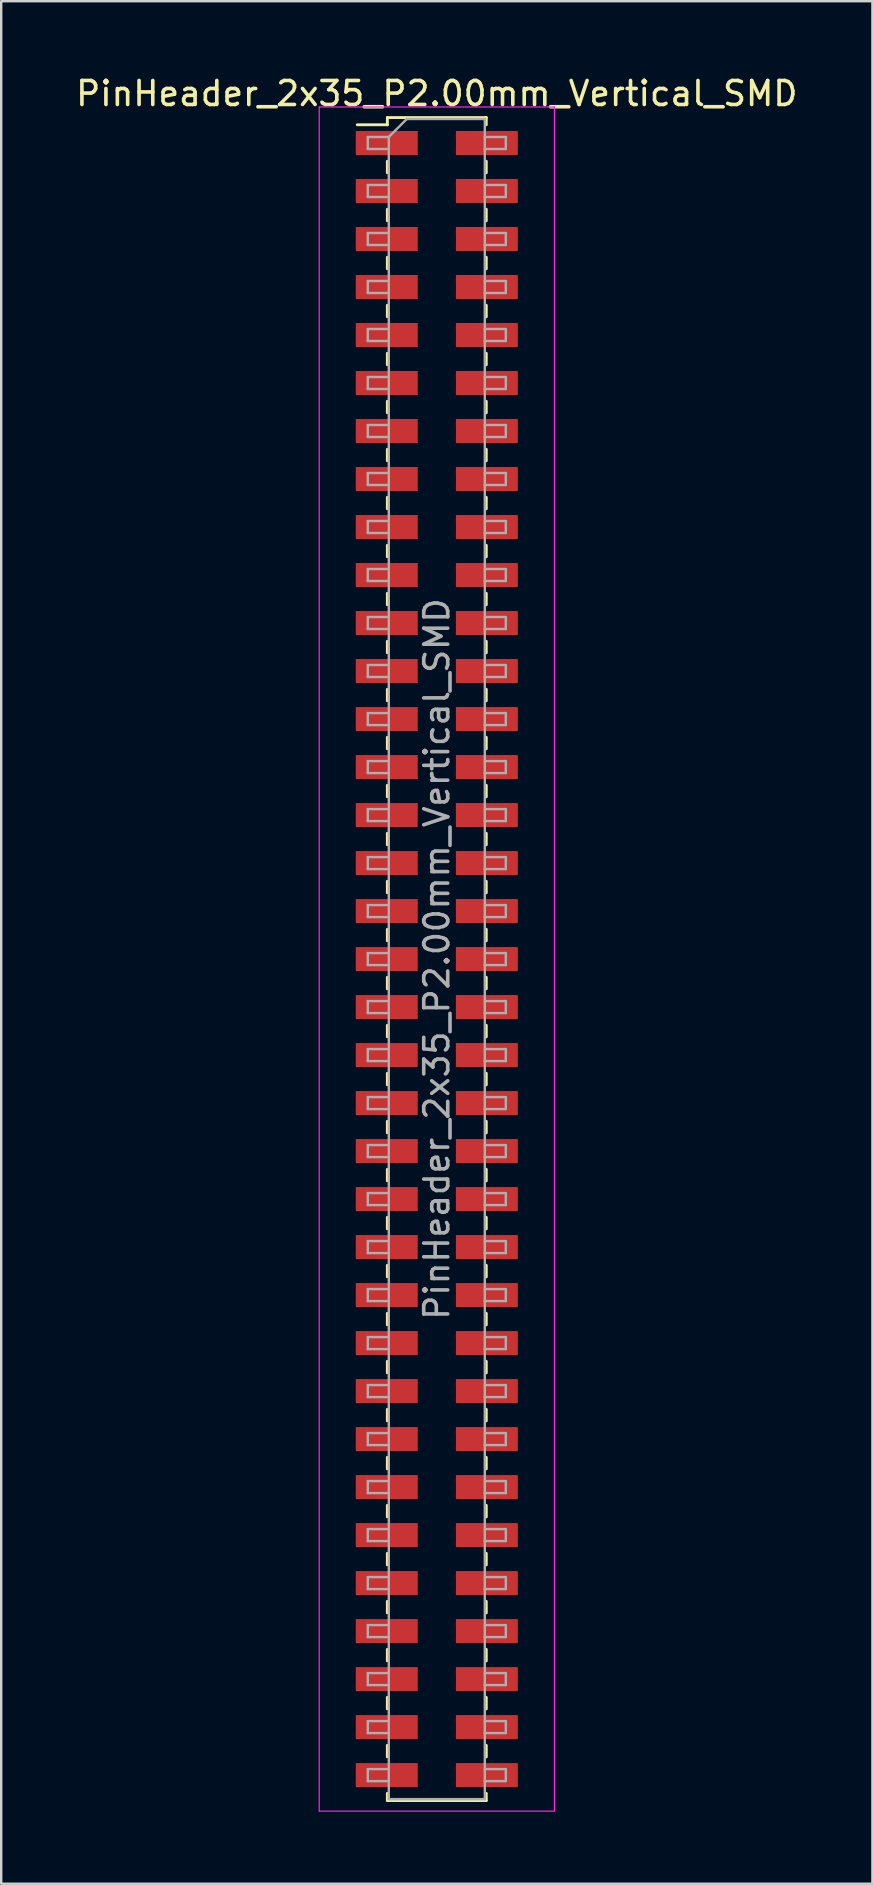
<source format=kicad_pcb>
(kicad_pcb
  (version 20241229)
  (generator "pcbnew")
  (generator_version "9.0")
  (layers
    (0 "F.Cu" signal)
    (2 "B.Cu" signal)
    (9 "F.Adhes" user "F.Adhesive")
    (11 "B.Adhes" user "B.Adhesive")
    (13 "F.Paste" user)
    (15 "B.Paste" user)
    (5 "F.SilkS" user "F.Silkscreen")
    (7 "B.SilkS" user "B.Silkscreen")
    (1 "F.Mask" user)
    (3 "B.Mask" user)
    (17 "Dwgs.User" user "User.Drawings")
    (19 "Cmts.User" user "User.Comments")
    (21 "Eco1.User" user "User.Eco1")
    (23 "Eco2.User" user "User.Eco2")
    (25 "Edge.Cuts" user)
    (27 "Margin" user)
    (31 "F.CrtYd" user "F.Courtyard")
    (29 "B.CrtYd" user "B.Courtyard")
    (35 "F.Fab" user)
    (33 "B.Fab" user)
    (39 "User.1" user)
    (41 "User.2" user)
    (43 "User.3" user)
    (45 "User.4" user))
  (footprint "PinHeader_2x35_P2.00mm_Vertical_SMD"
    (layer "F.Cu")
    (at 15.149 36.908)
    (property "Reference" "PinHeader_2x35_P2.00mm_Vertical_SMD" (at 0 -36.06 0) (layer "F.SilkS") (effects (font (size 1 1) (thickness 0.15))))
    (attr smd)
    (fp_line (start -3.315 -34.76) (end -2.06 -34.76) (stroke (width 0.12) (type solid)) (layer "F.SilkS"))
    (fp_line (start -2.06 -35.06) (end -2.06 -34.76) (stroke (width 0.12) (type solid)) (layer "F.SilkS"))
    (fp_line (start -2.06 -35.06) (end 2.06 -35.06) (stroke (width 0.12) (type solid)) (layer "F.SilkS"))
    (fp_line (start -2.06 -33.24) (end -2.06 -32.76) (stroke (width 0.12) (type solid)) (layer "F.SilkS"))
    (fp_line (start -2.06 -31.24) (end -2.06 -30.76) (stroke (width 0.12) (type solid)) (layer "F.SilkS"))
    (fp_line (start -2.06 -29.24) (end -2.06 -28.76) (stroke (width 0.12) (type solid)) (layer "F.SilkS"))
    (fp_line (start -2.06 -27.24) (end -2.06 -26.76) (stroke (width 0.12) (type solid)) (layer "F.SilkS"))
    (fp_line (start -2.06 -25.24) (end -2.06 -24.76) (stroke (width 0.12) (type solid)) (layer "F.SilkS"))
    (fp_line (start -2.06 -23.24) (end -2.06 -22.76) (stroke (width 0.12) (type solid)) (layer "F.SilkS"))
    (fp_line (start -2.06 -21.24) (end -2.06 -20.76) (stroke (width 0.12) (type solid)) (layer "F.SilkS"))
    (fp_line (start -2.06 -19.24) (end -2.06 -18.76) (stroke (width 0.12) (type solid)) (layer "F.SilkS"))
    (fp_line (start -2.06 -17.24) (end -2.06 -16.76) (stroke (width 0.12) (type solid)) (layer "F.SilkS"))
    (fp_line (start -2.06 -15.24) (end -2.06 -14.76) (stroke (width 0.12) (type solid)) (layer "F.SilkS"))
    (fp_line (start -2.06 -13.24) (end -2.06 -12.76) (stroke (width 0.12) (type solid)) (layer "F.SilkS"))
    (fp_line (start -2.06 -11.24) (end -2.06 -10.76) (stroke (width 0.12) (type solid)) (layer "F.SilkS"))
    (fp_line (start -2.06 -9.24) (end -2.06 -8.76) (stroke (width 0.12) (type solid)) (layer "F.SilkS"))
    (fp_line (start -2.06 -7.24) (end -2.06 -6.76) (stroke (width 0.12) (type solid)) (layer "F.SilkS"))
    (fp_line (start -2.06 -5.24) (end -2.06 -4.76) (stroke (width 0.12) (type solid)) (layer "F.SilkS"))
    (fp_line (start -2.06 -3.24) (end -2.06 -2.76) (stroke (width 0.12) (type solid)) (layer "F.SilkS"))
    (fp_line (start -2.06 -1.24) (end -2.06 -0.76) (stroke (width 0.12) (type solid)) (layer "F.SilkS"))
    (fp_line (start -2.06 0.76) (end -2.06 1.24) (stroke (width 0.12) (type solid)) (layer "F.SilkS"))
    (fp_line (start -2.06 2.76) (end -2.06 3.24) (stroke (width 0.12) (type solid)) (layer "F.SilkS"))
    (fp_line (start -2.06 4.76) (end -2.06 5.24) (stroke (width 0.12) (type solid)) (layer "F.SilkS"))
    (fp_line (start -2.06 6.76) (end -2.06 7.24) (stroke (width 0.12) (type solid)) (layer "F.SilkS"))
    (fp_line (start -2.06 8.76) (end -2.06 9.24) (stroke (width 0.12) (type solid)) (layer "F.SilkS"))
    (fp_line (start -2.06 10.76) (end -2.06 11.24) (stroke (width 0.12) (type solid)) (layer "F.SilkS"))
    (fp_line (start -2.06 12.76) (end -2.06 13.24) (stroke (width 0.12) (type solid)) (layer "F.SilkS"))
    (fp_line (start -2.06 14.76) (end -2.06 15.24) (stroke (width 0.12) (type solid)) (layer "F.SilkS"))
    (fp_line (start -2.06 16.76) (end -2.06 17.24) (stroke (width 0.12) (type solid)) (layer "F.SilkS"))
    (fp_line (start -2.06 18.76) (end -2.06 19.24) (stroke (width 0.12) (type solid)) (layer "F.SilkS"))
    (fp_line (start -2.06 20.76) (end -2.06 21.24) (stroke (width 0.12) (type solid)) (layer "F.SilkS"))
    (fp_line (start -2.06 22.76) (end -2.06 23.24) (stroke (width 0.12) (type solid)) (layer "F.SilkS"))
    (fp_line (start -2.06 24.76) (end -2.06 25.24) (stroke (width 0.12) (type solid)) (layer "F.SilkS"))
    (fp_line (start -2.06 26.76) (end -2.06 27.24) (stroke (width 0.12) (type solid)) (layer "F.SilkS"))
    (fp_line (start -2.06 28.76) (end -2.06 29.24) (stroke (width 0.12) (type solid)) (layer "F.SilkS"))
    (fp_line (start -2.06 30.76) (end -2.06 31.24) (stroke (width 0.12) (type solid)) (layer "F.SilkS"))
    (fp_line (start -2.06 32.76) (end -2.06 33.24) (stroke (width 0.12) (type solid)) (layer "F.SilkS"))
    (fp_line (start -2.06 34.76) (end -2.06 35.06) (stroke (width 0.12) (type solid)) (layer "F.SilkS"))
    (fp_line (start -2.06 35.06) (end 2.06 35.06) (stroke (width 0.12) (type solid)) (layer "F.SilkS"))
    (fp_line (start 2.06 -35.06) (end 2.06 -34.76) (stroke (width 0.12) (type solid)) (layer "F.SilkS"))
    (fp_line (start 2.06 -33.24) (end 2.06 -32.76) (stroke (width 0.12) (type solid)) (layer "F.SilkS"))
    (fp_line (start 2.06 -31.24) (end 2.06 -30.76) (stroke (width 0.12) (type solid)) (layer "F.SilkS"))
    (fp_line (start 2.06 -29.24) (end 2.06 -28.76) (stroke (width 0.12) (type solid)) (layer "F.SilkS"))
    (fp_line (start 2.06 -27.24) (end 2.06 -26.76) (stroke (width 0.12) (type solid)) (layer "F.SilkS"))
    (fp_line (start 2.06 -25.24) (end 2.06 -24.76) (stroke (width 0.12) (type solid)) (layer "F.SilkS"))
    (fp_line (start 2.06 -23.24) (end 2.06 -22.76) (stroke (width 0.12) (type solid)) (layer "F.SilkS"))
    (fp_line (start 2.06 -21.24) (end 2.06 -20.76) (stroke (width 0.12) (type solid)) (layer "F.SilkS"))
    (fp_line (start 2.06 -19.24) (end 2.06 -18.76) (stroke (width 0.12) (type solid)) (layer "F.SilkS"))
    (fp_line (start 2.06 -17.24) (end 2.06 -16.76) (stroke (width 0.12) (type solid)) (layer "F.SilkS"))
    (fp_line (start 2.06 -15.24) (end 2.06 -14.76) (stroke (width 0.12) (type solid)) (layer "F.SilkS"))
    (fp_line (start 2.06 -13.24) (end 2.06 -12.76) (stroke (width 0.12) (type solid)) (layer "F.SilkS"))
    (fp_line (start 2.06 -11.24) (end 2.06 -10.76) (stroke (width 0.12) (type solid)) (layer "F.SilkS"))
    (fp_line (start 2.06 -9.24) (end 2.06 -8.76) (stroke (width 0.12) (type solid)) (layer "F.SilkS"))
    (fp_line (start 2.06 -7.24) (end 2.06 -6.76) (stroke (width 0.12) (type solid)) (layer "F.SilkS"))
    (fp_line (start 2.06 -5.24) (end 2.06 -4.76) (stroke (width 0.12) (type solid)) (layer "F.SilkS"))
    (fp_line (start 2.06 -3.24) (end 2.06 -2.76) (stroke (width 0.12) (type solid)) (layer "F.SilkS"))
    (fp_line (start 2.06 -1.24) (end 2.06 -0.76) (stroke (width 0.12) (type solid)) (layer "F.SilkS"))
    (fp_line (start 2.06 0.76) (end 2.06 1.24) (stroke (width 0.12) (type solid)) (layer "F.SilkS"))
    (fp_line (start 2.06 2.76) (end 2.06 3.24) (stroke (width 0.12) (type solid)) (layer "F.SilkS"))
    (fp_line (start 2.06 4.76) (end 2.06 5.24) (stroke (width 0.12) (type solid)) (layer "F.SilkS"))
    (fp_line (start 2.06 6.76) (end 2.06 7.24) (stroke (width 0.12) (type solid)) (layer "F.SilkS"))
    (fp_line (start 2.06 8.76) (end 2.06 9.24) (stroke (width 0.12) (type solid)) (layer "F.SilkS"))
    (fp_line (start 2.06 10.76) (end 2.06 11.24) (stroke (width 0.12) (type solid)) (layer "F.SilkS"))
    (fp_line (start 2.06 12.76) (end 2.06 13.24) (stroke (width 0.12) (type solid)) (layer "F.SilkS"))
    (fp_line (start 2.06 14.76) (end 2.06 15.24) (stroke (width 0.12) (type solid)) (layer "F.SilkS"))
    (fp_line (start 2.06 16.76) (end 2.06 17.24) (stroke (width 0.12) (type solid)) (layer "F.SilkS"))
    (fp_line (start 2.06 18.76) (end 2.06 19.24) (stroke (width 0.12) (type solid)) (layer "F.SilkS"))
    (fp_line (start 2.06 20.76) (end 2.06 21.24) (stroke (width 0.12) (type solid)) (layer "F.SilkS"))
    (fp_line (start 2.06 22.76) (end 2.06 23.24) (stroke (width 0.12) (type solid)) (layer "F.SilkS"))
    (fp_line (start 2.06 24.76) (end 2.06 25.24) (stroke (width 0.12) (type solid)) (layer "F.SilkS"))
    (fp_line (start 2.06 26.76) (end 2.06 27.24) (stroke (width 0.12) (type solid)) (layer "F.SilkS"))
    (fp_line (start 2.06 28.76) (end 2.06 29.24) (stroke (width 0.12) (type solid)) (layer "F.SilkS"))
    (fp_line (start 2.06 30.76) (end 2.06 31.24) (stroke (width 0.12) (type solid)) (layer "F.SilkS"))
    (fp_line (start 2.06 32.76) (end 2.06 33.24) (stroke (width 0.12) (type solid)) (layer "F.SilkS"))
    (fp_line (start 2.06 34.76) (end 2.06 35.06) (stroke (width 0.12) (type solid)) (layer "F.SilkS"))
    (fp_line (start -4.9 -35.5) (end -4.9 35.5) (stroke (width 0.05) (type solid)) (layer "F.CrtYd"))
    (fp_line (start -4.9 35.5) (end 4.9 35.5) (stroke (width 0.05) (type solid)) (layer "F.CrtYd"))
    (fp_line (start 4.9 -35.5) (end -4.9 -35.5) (stroke (width 0.05) (type solid)) (layer "F.CrtYd"))
    (fp_line (start 4.9 35.5) (end 4.9 -35.5) (stroke (width 0.05) (type solid)) (layer "F.CrtYd"))
    (fp_line (start -2.875 -34.25) (end -2.875 -33.75) (stroke (width 0.1) (type solid)) (layer "F.Fab"))
    (fp_line (start -2.875 -33.75) (end -2 -33.75) (stroke (width 0.1) (type solid)) (layer "F.Fab"))
    (fp_line (start -2.875 -32.25) (end -2.875 -31.75) (stroke (width 0.1) (type solid)) (layer "F.Fab"))
    (fp_line (start -2.875 -31.75) (end -2 -31.75) (stroke (width 0.1) (type solid)) (layer "F.Fab"))
    (fp_line (start -2.875 -30.25) (end -2.875 -29.75) (stroke (width 0.1) (type solid)) (layer "F.Fab"))
    (fp_line (start -2.875 -29.75) (end -2 -29.75) (stroke (width 0.1) (type solid)) (layer "F.Fab"))
    (fp_line (start -2.875 -28.25) (end -2.875 -27.75) (stroke (width 0.1) (type solid)) (layer "F.Fab"))
    (fp_line (start -2.875 -27.75) (end -2 -27.75) (stroke (width 0.1) (type solid)) (layer "F.Fab"))
    (fp_line (start -2.875 -26.25) (end -2.875 -25.75) (stroke (width 0.1) (type solid)) (layer "F.Fab"))
    (fp_line (start -2.875 -25.75) (end -2 -25.75) (stroke (width 0.1) (type solid)) (layer "F.Fab"))
    (fp_line (start -2.875 -24.25) (end -2.875 -23.75) (stroke (width 0.1) (type solid)) (layer "F.Fab"))
    (fp_line (start -2.875 -23.75) (end -2 -23.75) (stroke (width 0.1) (type solid)) (layer "F.Fab"))
    (fp_line (start -2.875 -22.25) (end -2.875 -21.75) (stroke (width 0.1) (type solid)) (layer "F.Fab"))
    (fp_line (start -2.875 -21.75) (end -2 -21.75) (stroke (width 0.1) (type solid)) (layer "F.Fab"))
    (fp_line (start -2.875 -20.25) (end -2.875 -19.75) (stroke (width 0.1) (type solid)) (layer "F.Fab"))
    (fp_line (start -2.875 -19.75) (end -2 -19.75) (stroke (width 0.1) (type solid)) (layer "F.Fab"))
    (fp_line (start -2.875 -18.25) (end -2.875 -17.75) (stroke (width 0.1) (type solid)) (layer "F.Fab"))
    (fp_line (start -2.875 -17.75) (end -2 -17.75) (stroke (width 0.1) (type solid)) (layer "F.Fab"))
    (fp_line (start -2.875 -16.25) (end -2.875 -15.75) (stroke (width 0.1) (type solid)) (layer "F.Fab"))
    (fp_line (start -2.875 -15.75) (end -2 -15.75) (stroke (width 0.1) (type solid)) (layer "F.Fab"))
    (fp_line (start -2.875 -14.25) (end -2.875 -13.75) (stroke (width 0.1) (type solid)) (layer "F.Fab"))
    (fp_line (start -2.875 -13.75) (end -2 -13.75) (stroke (width 0.1) (type solid)) (layer "F.Fab"))
    (fp_line (start -2.875 -12.25) (end -2.875 -11.75) (stroke (width 0.1) (type solid)) (layer "F.Fab"))
    (fp_line (start -2.875 -11.75) (end -2 -11.75) (stroke (width 0.1) (type solid)) (layer "F.Fab"))
    (fp_line (start -2.875 -10.25) (end -2.875 -9.75) (stroke (width 0.1) (type solid)) (layer "F.Fab"))
    (fp_line (start -2.875 -9.75) (end -2 -9.75) (stroke (width 0.1) (type solid)) (layer "F.Fab"))
    (fp_line (start -2.875 -8.25) (end -2.875 -7.75) (stroke (width 0.1) (type solid)) (layer "F.Fab"))
    (fp_line (start -2.875 -7.75) (end -2 -7.75) (stroke (width 0.1) (type solid)) (layer "F.Fab"))
    (fp_line (start -2.875 -6.25) (end -2.875 -5.75) (stroke (width 0.1) (type solid)) (layer "F.Fab"))
    (fp_line (start -2.875 -5.75) (end -2 -5.75) (stroke (width 0.1) (type solid)) (layer "F.Fab"))
    (fp_line (start -2.875 -4.25) (end -2.875 -3.75) (stroke (width 0.1) (type solid)) (layer "F.Fab"))
    (fp_line (start -2.875 -3.75) (end -2 -3.75) (stroke (width 0.1) (type solid)) (layer "F.Fab"))
    (fp_line (start -2.875 -2.25) (end -2.875 -1.75) (stroke (width 0.1) (type solid)) (layer "F.Fab"))
    (fp_line (start -2.875 -1.75) (end -2 -1.75) (stroke (width 0.1) (type solid)) (layer "F.Fab"))
    (fp_line (start -2.875 -0.25) (end -2.875 0.25) (stroke (width 0.1) (type solid)) (layer "F.Fab"))
    (fp_line (start -2.875 0.25) (end -2 0.25) (stroke (width 0.1) (type solid)) (layer "F.Fab"))
    (fp_line (start -2.875 1.75) (end -2.875 2.25) (stroke (width 0.1) (type solid)) (layer "F.Fab"))
    (fp_line (start -2.875 2.25) (end -2 2.25) (stroke (width 0.1) (type solid)) (layer "F.Fab"))
    (fp_line (start -2.875 3.75) (end -2.875 4.25) (stroke (width 0.1) (type solid)) (layer "F.Fab"))
    (fp_line (start -2.875 4.25) (end -2 4.25) (stroke (width 0.1) (type solid)) (layer "F.Fab"))
    (fp_line (start -2.875 5.75) (end -2.875 6.25) (stroke (width 0.1) (type solid)) (layer "F.Fab"))
    (fp_line (start -2.875 6.25) (end -2 6.25) (stroke (width 0.1) (type solid)) (layer "F.Fab"))
    (fp_line (start -2.875 7.75) (end -2.875 8.25) (stroke (width 0.1) (type solid)) (layer "F.Fab"))
    (fp_line (start -2.875 8.25) (end -2 8.25) (stroke (width 0.1) (type solid)) (layer "F.Fab"))
    (fp_line (start -2.875 9.75) (end -2.875 10.25) (stroke (width 0.1) (type solid)) (layer "F.Fab"))
    (fp_line (start -2.875 10.25) (end -2 10.25) (stroke (width 0.1) (type solid)) (layer "F.Fab"))
    (fp_line (start -2.875 11.75) (end -2.875 12.25) (stroke (width 0.1) (type solid)) (layer "F.Fab"))
    (fp_line (start -2.875 12.25) (end -2 12.25) (stroke (width 0.1) (type solid)) (layer "F.Fab"))
    (fp_line (start -2.875 13.75) (end -2.875 14.25) (stroke (width 0.1) (type solid)) (layer "F.Fab"))
    (fp_line (start -2.875 14.25) (end -2 14.25) (stroke (width 0.1) (type solid)) (layer "F.Fab"))
    (fp_line (start -2.875 15.75) (end -2.875 16.25) (stroke (width 0.1) (type solid)) (layer "F.Fab"))
    (fp_line (start -2.875 16.25) (end -2 16.25) (stroke (width 0.1) (type solid)) (layer "F.Fab"))
    (fp_line (start -2.875 17.75) (end -2.875 18.25) (stroke (width 0.1) (type solid)) (layer "F.Fab"))
    (fp_line (start -2.875 18.25) (end -2 18.25) (stroke (width 0.1) (type solid)) (layer "F.Fab"))
    (fp_line (start -2.875 19.75) (end -2.875 20.25) (stroke (width 0.1) (type solid)) (layer "F.Fab"))
    (fp_line (start -2.875 20.25) (end -2 20.25) (stroke (width 0.1) (type solid)) (layer "F.Fab"))
    (fp_line (start -2.875 21.75) (end -2.875 22.25) (stroke (width 0.1) (type solid)) (layer "F.Fab"))
    (fp_line (start -2.875 22.25) (end -2 22.25) (stroke (width 0.1) (type solid)) (layer "F.Fab"))
    (fp_line (start -2.875 23.75) (end -2.875 24.25) (stroke (width 0.1) (type solid)) (layer "F.Fab"))
    (fp_line (start -2.875 24.25) (end -2 24.25) (stroke (width 0.1) (type solid)) (layer "F.Fab"))
    (fp_line (start -2.875 25.75) (end -2.875 26.25) (stroke (width 0.1) (type solid)) (layer "F.Fab"))
    (fp_line (start -2.875 26.25) (end -2 26.25) (stroke (width 0.1) (type solid)) (layer "F.Fab"))
    (fp_line (start -2.875 27.75) (end -2.875 28.25) (stroke (width 0.1) (type solid)) (layer "F.Fab"))
    (fp_line (start -2.875 28.25) (end -2 28.25) (stroke (width 0.1) (type solid)) (layer "F.Fab"))
    (fp_line (start -2.875 29.75) (end -2.875 30.25) (stroke (width 0.1) (type solid)) (layer "F.Fab"))
    (fp_line (start -2.875 30.25) (end -2 30.25) (stroke (width 0.1) (type solid)) (layer "F.Fab"))
    (fp_line (start -2.875 31.75) (end -2.875 32.25) (stroke (width 0.1) (type solid)) (layer "F.Fab"))
    (fp_line (start -2.875 32.25) (end -2 32.25) (stroke (width 0.1) (type solid)) (layer "F.Fab"))
    (fp_line (start -2.875 33.75) (end -2.875 34.25) (stroke (width 0.1) (type solid)) (layer "F.Fab"))
    (fp_line (start -2.875 34.25) (end -2 34.25) (stroke (width 0.1) (type solid)) (layer "F.Fab"))
    (fp_line (start -2 -34.25) (end -2.875 -34.25) (stroke (width 0.1) (type solid)) (layer "F.Fab"))
    (fp_line (start -2 -34.25) (end -1.25 -35) (stroke (width 0.1) (type solid)) (layer "F.Fab"))
    (fp_line (start -2 -32.25) (end -2.875 -32.25) (stroke (width 0.1) (type solid)) (layer "F.Fab"))
    (fp_line (start -2 -30.25) (end -2.875 -30.25) (stroke (width 0.1) (type solid)) (layer "F.Fab"))
    (fp_line (start -2 -28.25) (end -2.875 -28.25) (stroke (width 0.1) (type solid)) (layer "F.Fab"))
    (fp_line (start -2 -26.25) (end -2.875 -26.25) (stroke (width 0.1) (type solid)) (layer "F.Fab"))
    (fp_line (start -2 -24.25) (end -2.875 -24.25) (stroke (width 0.1) (type solid)) (layer "F.Fab"))
    (fp_line (start -2 -22.25) (end -2.875 -22.25) (stroke (width 0.1) (type solid)) (layer "F.Fab"))
    (fp_line (start -2 -20.25) (end -2.875 -20.25) (stroke (width 0.1) (type solid)) (layer "F.Fab"))
    (fp_line (start -2 -18.25) (end -2.875 -18.25) (stroke (width 0.1) (type solid)) (layer "F.Fab"))
    (fp_line (start -2 -16.25) (end -2.875 -16.25) (stroke (width 0.1) (type solid)) (layer "F.Fab"))
    (fp_line (start -2 -14.25) (end -2.875 -14.25) (stroke (width 0.1) (type solid)) (layer "F.Fab"))
    (fp_line (start -2 -12.25) (end -2.875 -12.25) (stroke (width 0.1) (type solid)) (layer "F.Fab"))
    (fp_line (start -2 -10.25) (end -2.875 -10.25) (stroke (width 0.1) (type solid)) (layer "F.Fab"))
    (fp_line (start -2 -8.25) (end -2.875 -8.25) (stroke (width 0.1) (type solid)) (layer "F.Fab"))
    (fp_line (start -2 -6.25) (end -2.875 -6.25) (stroke (width 0.1) (type solid)) (layer "F.Fab"))
    (fp_line (start -2 -4.25) (end -2.875 -4.25) (stroke (width 0.1) (type solid)) (layer "F.Fab"))
    (fp_line (start -2 -2.25) (end -2.875 -2.25) (stroke (width 0.1) (type solid)) (layer "F.Fab"))
    (fp_line (start -2 -0.25) (end -2.875 -0.25) (stroke (width 0.1) (type solid)) (layer "F.Fab"))
    (fp_line (start -2 1.75) (end -2.875 1.75) (stroke (width 0.1) (type solid)) (layer "F.Fab"))
    (fp_line (start -2 3.75) (end -2.875 3.75) (stroke (width 0.1) (type solid)) (layer "F.Fab"))
    (fp_line (start -2 5.75) (end -2.875 5.75) (stroke (width 0.1) (type solid)) (layer "F.Fab"))
    (fp_line (start -2 7.75) (end -2.875 7.75) (stroke (width 0.1) (type solid)) (layer "F.Fab"))
    (fp_line (start -2 9.75) (end -2.875 9.75) (stroke (width 0.1) (type solid)) (layer "F.Fab"))
    (fp_line (start -2 11.75) (end -2.875 11.75) (stroke (width 0.1) (type solid)) (layer "F.Fab"))
    (fp_line (start -2 13.75) (end -2.875 13.75) (stroke (width 0.1) (type solid)) (layer "F.Fab"))
    (fp_line (start -2 15.75) (end -2.875 15.75) (stroke (width 0.1) (type solid)) (layer "F.Fab"))
    (fp_line (start -2 17.75) (end -2.875 17.75) (stroke (width 0.1) (type solid)) (layer "F.Fab"))
    (fp_line (start -2 19.75) (end -2.875 19.75) (stroke (width 0.1) (type solid)) (layer "F.Fab"))
    (fp_line (start -2 21.75) (end -2.875 21.75) (stroke (width 0.1) (type solid)) (layer "F.Fab"))
    (fp_line (start -2 23.75) (end -2.875 23.75) (stroke (width 0.1) (type solid)) (layer "F.Fab"))
    (fp_line (start -2 25.75) (end -2.875 25.75) (stroke (width 0.1) (type solid)) (layer "F.Fab"))
    (fp_line (start -2 27.75) (end -2.875 27.75) (stroke (width 0.1) (type solid)) (layer "F.Fab"))
    (fp_line (start -2 29.75) (end -2.875 29.75) (stroke (width 0.1) (type solid)) (layer "F.Fab"))
    (fp_line (start -2 31.75) (end -2.875 31.75) (stroke (width 0.1) (type solid)) (layer "F.Fab"))
    (fp_line (start -2 33.75) (end -2.875 33.75) (stroke (width 0.1) (type solid)) (layer "F.Fab"))
    (fp_line (start -2 35) (end -2 -34.25) (stroke (width 0.1) (type solid)) (layer "F.Fab"))
    (fp_line (start -1.25 -35) (end 2 -35) (stroke (width 0.1) (type solid)) (layer "F.Fab"))
    (fp_line (start 2 -35) (end 2 35) (stroke (width 0.1) (type solid)) (layer "F.Fab"))
    (fp_line (start 2 -34.25) (end 2.875 -34.25) (stroke (width 0.1) (type solid)) (layer "F.Fab"))
    (fp_line (start 2 -32.25) (end 2.875 -32.25) (stroke (width 0.1) (type solid)) (layer "F.Fab"))
    (fp_line (start 2 -30.25) (end 2.875 -30.25) (stroke (width 0.1) (type solid)) (layer "F.Fab"))
    (fp_line (start 2 -28.25) (end 2.875 -28.25) (stroke (width 0.1) (type solid)) (layer "F.Fab"))
    (fp_line (start 2 -26.25) (end 2.875 -26.25) (stroke (width 0.1) (type solid)) (layer "F.Fab"))
    (fp_line (start 2 -24.25) (end 2.875 -24.25) (stroke (width 0.1) (type solid)) (layer "F.Fab"))
    (fp_line (start 2 -22.25) (end 2.875 -22.25) (stroke (width 0.1) (type solid)) (layer "F.Fab"))
    (fp_line (start 2 -20.25) (end 2.875 -20.25) (stroke (width 0.1) (type solid)) (layer "F.Fab"))
    (fp_line (start 2 -18.25) (end 2.875 -18.25) (stroke (width 0.1) (type solid)) (layer "F.Fab"))
    (fp_line (start 2 -16.25) (end 2.875 -16.25) (stroke (width 0.1) (type solid)) (layer "F.Fab"))
    (fp_line (start 2 -14.25) (end 2.875 -14.25) (stroke (width 0.1) (type solid)) (layer "F.Fab"))
    (fp_line (start 2 -12.25) (end 2.875 -12.25) (stroke (width 0.1) (type solid)) (layer "F.Fab"))
    (fp_line (start 2 -10.25) (end 2.875 -10.25) (stroke (width 0.1) (type solid)) (layer "F.Fab"))
    (fp_line (start 2 -8.25) (end 2.875 -8.25) (stroke (width 0.1) (type solid)) (layer "F.Fab"))
    (fp_line (start 2 -6.25) (end 2.875 -6.25) (stroke (width 0.1) (type solid)) (layer "F.Fab"))
    (fp_line (start 2 -4.25) (end 2.875 -4.25) (stroke (width 0.1) (type solid)) (layer "F.Fab"))
    (fp_line (start 2 -2.25) (end 2.875 -2.25) (stroke (width 0.1) (type solid)) (layer "F.Fab"))
    (fp_line (start 2 -0.25) (end 2.875 -0.25) (stroke (width 0.1) (type solid)) (layer "F.Fab"))
    (fp_line (start 2 1.75) (end 2.875 1.75) (stroke (width 0.1) (type solid)) (layer "F.Fab"))
    (fp_line (start 2 3.75) (end 2.875 3.75) (stroke (width 0.1) (type solid)) (layer "F.Fab"))
    (fp_line (start 2 5.75) (end 2.875 5.75) (stroke (width 0.1) (type solid)) (layer "F.Fab"))
    (fp_line (start 2 7.75) (end 2.875 7.75) (stroke (width 0.1) (type solid)) (layer "F.Fab"))
    (fp_line (start 2 9.75) (end 2.875 9.75) (stroke (width 0.1) (type solid)) (layer "F.Fab"))
    (fp_line (start 2 11.75) (end 2.875 11.75) (stroke (width 0.1) (type solid)) (layer "F.Fab"))
    (fp_line (start 2 13.75) (end 2.875 13.75) (stroke (width 0.1) (type solid)) (layer "F.Fab"))
    (fp_line (start 2 15.75) (end 2.875 15.75) (stroke (width 0.1) (type solid)) (layer "F.Fab"))
    (fp_line (start 2 17.75) (end 2.875 17.75) (stroke (width 0.1) (type solid)) (layer "F.Fab"))
    (fp_line (start 2 19.75) (end 2.875 19.75) (stroke (width 0.1) (type solid)) (layer "F.Fab"))
    (fp_line (start 2 21.75) (end 2.875 21.75) (stroke (width 0.1) (type solid)) (layer "F.Fab"))
    (fp_line (start 2 23.75) (end 2.875 23.75) (stroke (width 0.1) (type solid)) (layer "F.Fab"))
    (fp_line (start 2 25.75) (end 2.875 25.75) (stroke (width 0.1) (type solid)) (layer "F.Fab"))
    (fp_line (start 2 27.75) (end 2.875 27.75) (stroke (width 0.1) (type solid)) (layer "F.Fab"))
    (fp_line (start 2 29.75) (end 2.875 29.75) (stroke (width 0.1) (type solid)) (layer "F.Fab"))
    (fp_line (start 2 31.75) (end 2.875 31.75) (stroke (width 0.1) (type solid)) (layer "F.Fab"))
    (fp_line (start 2 33.75) (end 2.875 33.75) (stroke (width 0.1) (type solid)) (layer "F.Fab"))
    (fp_line (start 2 35) (end -2 35) (stroke (width 0.1) (type solid)) (layer "F.Fab"))
    (fp_line (start 2.875 -34.25) (end 2.875 -33.75) (stroke (width 0.1) (type solid)) (layer "F.Fab"))
    (fp_line (start 2.875 -33.75) (end 2 -33.75) (stroke (width 0.1) (type solid)) (layer "F.Fab"))
    (fp_line (start 2.875 -32.25) (end 2.875 -31.75) (stroke (width 0.1) (type solid)) (layer "F.Fab"))
    (fp_line (start 2.875 -31.75) (end 2 -31.75) (stroke (width 0.1) (type solid)) (layer "F.Fab"))
    (fp_line (start 2.875 -30.25) (end 2.875 -29.75) (stroke (width 0.1) (type solid)) (layer "F.Fab"))
    (fp_line (start 2.875 -29.75) (end 2 -29.75) (stroke (width 0.1) (type solid)) (layer "F.Fab"))
    (fp_line (start 2.875 -28.25) (end 2.875 -27.75) (stroke (width 0.1) (type solid)) (layer "F.Fab"))
    (fp_line (start 2.875 -27.75) (end 2 -27.75) (stroke (width 0.1) (type solid)) (layer "F.Fab"))
    (fp_line (start 2.875 -26.25) (end 2.875 -25.75) (stroke (width 0.1) (type solid)) (layer "F.Fab"))
    (fp_line (start 2.875 -25.75) (end 2 -25.75) (stroke (width 0.1) (type solid)) (layer "F.Fab"))
    (fp_line (start 2.875 -24.25) (end 2.875 -23.75) (stroke (width 0.1) (type solid)) (layer "F.Fab"))
    (fp_line (start 2.875 -23.75) (end 2 -23.75) (stroke (width 0.1) (type solid)) (layer "F.Fab"))
    (fp_line (start 2.875 -22.25) (end 2.875 -21.75) (stroke (width 0.1) (type solid)) (layer "F.Fab"))
    (fp_line (start 2.875 -21.75) (end 2 -21.75) (stroke (width 0.1) (type solid)) (layer "F.Fab"))
    (fp_line (start 2.875 -20.25) (end 2.875 -19.75) (stroke (width 0.1) (type solid)) (layer "F.Fab"))
    (fp_line (start 2.875 -19.75) (end 2 -19.75) (stroke (width 0.1) (type solid)) (layer "F.Fab"))
    (fp_line (start 2.875 -18.25) (end 2.875 -17.75) (stroke (width 0.1) (type solid)) (layer "F.Fab"))
    (fp_line (start 2.875 -17.75) (end 2 -17.75) (stroke (width 0.1) (type solid)) (layer "F.Fab"))
    (fp_line (start 2.875 -16.25) (end 2.875 -15.75) (stroke (width 0.1) (type solid)) (layer "F.Fab"))
    (fp_line (start 2.875 -15.75) (end 2 -15.75) (stroke (width 0.1) (type solid)) (layer "F.Fab"))
    (fp_line (start 2.875 -14.25) (end 2.875 -13.75) (stroke (width 0.1) (type solid)) (layer "F.Fab"))
    (fp_line (start 2.875 -13.75) (end 2 -13.75) (stroke (width 0.1) (type solid)) (layer "F.Fab"))
    (fp_line (start 2.875 -12.25) (end 2.875 -11.75) (stroke (width 0.1) (type solid)) (layer "F.Fab"))
    (fp_line (start 2.875 -11.75) (end 2 -11.75) (stroke (width 0.1) (type solid)) (layer "F.Fab"))
    (fp_line (start 2.875 -10.25) (end 2.875 -9.75) (stroke (width 0.1) (type solid)) (layer "F.Fab"))
    (fp_line (start 2.875 -9.75) (end 2 -9.75) (stroke (width 0.1) (type solid)) (layer "F.Fab"))
    (fp_line (start 2.875 -8.25) (end 2.875 -7.75) (stroke (width 0.1) (type solid)) (layer "F.Fab"))
    (fp_line (start 2.875 -7.75) (end 2 -7.75) (stroke (width 0.1) (type solid)) (layer "F.Fab"))
    (fp_line (start 2.875 -6.25) (end 2.875 -5.75) (stroke (width 0.1) (type solid)) (layer "F.Fab"))
    (fp_line (start 2.875 -5.75) (end 2 -5.75) (stroke (width 0.1) (type solid)) (layer "F.Fab"))
    (fp_line (start 2.875 -4.25) (end 2.875 -3.75) (stroke (width 0.1) (type solid)) (layer "F.Fab"))
    (fp_line (start 2.875 -3.75) (end 2 -3.75) (stroke (width 0.1) (type solid)) (layer "F.Fab"))
    (fp_line (start 2.875 -2.25) (end 2.875 -1.75) (stroke (width 0.1) (type solid)) (layer "F.Fab"))
    (fp_line (start 2.875 -1.75) (end 2 -1.75) (stroke (width 0.1) (type solid)) (layer "F.Fab"))
    (fp_line (start 2.875 -0.25) (end 2.875 0.25) (stroke (width 0.1) (type solid)) (layer "F.Fab"))
    (fp_line (start 2.875 0.25) (end 2 0.25) (stroke (width 0.1) (type solid)) (layer "F.Fab"))
    (fp_line (start 2.875 1.75) (end 2.875 2.25) (stroke (width 0.1) (type solid)) (layer "F.Fab"))
    (fp_line (start 2.875 2.25) (end 2 2.25) (stroke (width 0.1) (type solid)) (layer "F.Fab"))
    (fp_line (start 2.875 3.75) (end 2.875 4.25) (stroke (width 0.1) (type solid)) (layer "F.Fab"))
    (fp_line (start 2.875 4.25) (end 2 4.25) (stroke (width 0.1) (type solid)) (layer "F.Fab"))
    (fp_line (start 2.875 5.75) (end 2.875 6.25) (stroke (width 0.1) (type solid)) (layer "F.Fab"))
    (fp_line (start 2.875 6.25) (end 2 6.25) (stroke (width 0.1) (type solid)) (layer "F.Fab"))
    (fp_line (start 2.875 7.75) (end 2.875 8.25) (stroke (width 0.1) (type solid)) (layer "F.Fab"))
    (fp_line (start 2.875 8.25) (end 2 8.25) (stroke (width 0.1) (type solid)) (layer "F.Fab"))
    (fp_line (start 2.875 9.75) (end 2.875 10.25) (stroke (width 0.1) (type solid)) (layer "F.Fab"))
    (fp_line (start 2.875 10.25) (end 2 10.25) (stroke (width 0.1) (type solid)) (layer "F.Fab"))
    (fp_line (start 2.875 11.75) (end 2.875 12.25) (stroke (width 0.1) (type solid)) (layer "F.Fab"))
    (fp_line (start 2.875 12.25) (end 2 12.25) (stroke (width 0.1) (type solid)) (layer "F.Fab"))
    (fp_line (start 2.875 13.75) (end 2.875 14.25) (stroke (width 0.1) (type solid)) (layer "F.Fab"))
    (fp_line (start 2.875 14.25) (end 2 14.25) (stroke (width 0.1) (type solid)) (layer "F.Fab"))
    (fp_line (start 2.875 15.75) (end 2.875 16.25) (stroke (width 0.1) (type solid)) (layer "F.Fab"))
    (fp_line (start 2.875 16.25) (end 2 16.25) (stroke (width 0.1) (type solid)) (layer "F.Fab"))
    (fp_line (start 2.875 17.75) (end 2.875 18.25) (stroke (width 0.1) (type solid)) (layer "F.Fab"))
    (fp_line (start 2.875 18.25) (end 2 18.25) (stroke (width 0.1) (type solid)) (layer "F.Fab"))
    (fp_line (start 2.875 19.75) (end 2.875 20.25) (stroke (width 0.1) (type solid)) (layer "F.Fab"))
    (fp_line (start 2.875 20.25) (end 2 20.25) (stroke (width 0.1) (type solid)) (layer "F.Fab"))
    (fp_line (start 2.875 21.75) (end 2.875 22.25) (stroke (width 0.1) (type solid)) (layer "F.Fab"))
    (fp_line (start 2.875 22.25) (end 2 22.25) (stroke (width 0.1) (type solid)) (layer "F.Fab"))
    (fp_line (start 2.875 23.75) (end 2.875 24.25) (stroke (width 0.1) (type solid)) (layer "F.Fab"))
    (fp_line (start 2.875 24.25) (end 2 24.25) (stroke (width 0.1) (type solid)) (layer "F.Fab"))
    (fp_line (start 2.875 25.75) (end 2.875 26.25) (stroke (width 0.1) (type solid)) (layer "F.Fab"))
    (fp_line (start 2.875 26.25) (end 2 26.25) (stroke (width 0.1) (type solid)) (layer "F.Fab"))
    (fp_line (start 2.875 27.75) (end 2.875 28.25) (stroke (width 0.1) (type solid)) (layer "F.Fab"))
    (fp_line (start 2.875 28.25) (end 2 28.25) (stroke (width 0.1) (type solid)) (layer "F.Fab"))
    (fp_line (start 2.875 29.75) (end 2.875 30.25) (stroke (width 0.1) (type solid)) (layer "F.Fab"))
    (fp_line (start 2.875 30.25) (end 2 30.25) (stroke (width 0.1) (type solid)) (layer "F.Fab"))
    (fp_line (start 2.875 31.75) (end 2.875 32.25) (stroke (width 0.1) (type solid)) (layer "F.Fab"))
    (fp_line (start 2.875 32.25) (end 2 32.25) (stroke (width 0.1) (type solid)) (layer "F.Fab"))
    (fp_line (start 2.875 33.75) (end 2.875 34.25) (stroke (width 0.1) (type solid)) (layer "F.Fab"))
    (fp_line (start 2.875 34.25) (end 2 34.25) (stroke (width 0.1) (type solid)) (layer "F.Fab"))
    (fp_text user "${REFERENCE}" (at 0 0 90) (layer "F.Fab") (effects (font (size 1 1) (thickness 0.15))))
    (pad "1" smd rect (at -2.085 -34) (size 2.58 1) (layers "F.Cu" "F.Mask" "F.Paste"))
    (pad "2" smd rect (at 2.085 -34) (size 2.58 1) (layers "F.Cu" "F.Mask" "F.Paste"))
    (pad "3" smd rect (at -2.085 -32) (size 2.58 1) (layers "F.Cu" "F.Mask" "F.Paste"))
    (pad "4" smd rect (at 2.085 -32) (size 2.58 1) (layers "F.Cu" "F.Mask" "F.Paste"))
    (pad "5" smd rect (at -2.085 -30) (size 2.58 1) (layers "F.Cu" "F.Mask" "F.Paste"))
    (pad "6" smd rect (at 2.085 -30) (size 2.58 1) (layers "F.Cu" "F.Mask" "F.Paste"))
    (pad "7" smd rect (at -2.085 -28) (size 2.58 1) (layers "F.Cu" "F.Mask" "F.Paste"))
    (pad "8" smd rect (at 2.085 -28) (size 2.58 1) (layers "F.Cu" "F.Mask" "F.Paste"))
    (pad "9" smd rect (at -2.085 -26) (size 2.58 1) (layers "F.Cu" "F.Mask" "F.Paste"))
    (pad "10" smd rect (at 2.085 -26) (size 2.58 1) (layers "F.Cu" "F.Mask" "F.Paste"))
    (pad "11" smd rect (at -2.085 -24) (size 2.58 1) (layers "F.Cu" "F.Mask" "F.Paste"))
    (pad "12" smd rect (at 2.085 -24) (size 2.58 1) (layers "F.Cu" "F.Mask" "F.Paste"))
    (pad "13" smd rect (at -2.085 -22) (size 2.58 1) (layers "F.Cu" "F.Mask" "F.Paste"))
    (pad "14" smd rect (at 2.085 -22) (size 2.58 1) (layers "F.Cu" "F.Mask" "F.Paste"))
    (pad "15" smd rect (at -2.085 -20) (size 2.58 1) (layers "F.Cu" "F.Mask" "F.Paste"))
    (pad "16" smd rect (at 2.085 -20) (size 2.58 1) (layers "F.Cu" "F.Mask" "F.Paste"))
    (pad "17" smd rect (at -2.085 -18) (size 2.58 1) (layers "F.Cu" "F.Mask" "F.Paste"))
    (pad "18" smd rect (at 2.085 -18) (size 2.58 1) (layers "F.Cu" "F.Mask" "F.Paste"))
    (pad "19" smd rect (at -2.085 -16) (size 2.58 1) (layers "F.Cu" "F.Mask" "F.Paste"))
    (pad "20" smd rect (at 2.085 -16) (size 2.58 1) (layers "F.Cu" "F.Mask" "F.Paste"))
    (pad "21" smd rect (at -2.085 -14) (size 2.58 1) (layers "F.Cu" "F.Mask" "F.Paste"))
    (pad "22" smd rect (at 2.085 -14) (size 2.58 1) (layers "F.Cu" "F.Mask" "F.Paste"))
    (pad "23" smd rect (at -2.085 -12) (size 2.58 1) (layers "F.Cu" "F.Mask" "F.Paste"))
    (pad "24" smd rect (at 2.085 -12) (size 2.58 1) (layers "F.Cu" "F.Mask" "F.Paste"))
    (pad "25" smd rect (at -2.085 -10) (size 2.58 1) (layers "F.Cu" "F.Mask" "F.Paste"))
    (pad "26" smd rect (at 2.085 -10) (size 2.58 1) (layers "F.Cu" "F.Mask" "F.Paste"))
    (pad "27" smd rect (at -2.085 -8) (size 2.58 1) (layers "F.Cu" "F.Mask" "F.Paste"))
    (pad "28" smd rect (at 2.085 -8) (size 2.58 1) (layers "F.Cu" "F.Mask" "F.Paste"))
    (pad "29" smd rect (at -2.085 -6) (size 2.58 1) (layers "F.Cu" "F.Mask" "F.Paste"))
    (pad "30" smd rect (at 2.085 -6) (size 2.58 1) (layers "F.Cu" "F.Mask" "F.Paste"))
    (pad "31" smd rect (at -2.085 -4) (size 2.58 1) (layers "F.Cu" "F.Mask" "F.Paste"))
    (pad "32" smd rect (at 2.085 -4) (size 2.58 1) (layers "F.Cu" "F.Mask" "F.Paste"))
    (pad "33" smd rect (at -2.085 -2) (size 2.58 1) (layers "F.Cu" "F.Mask" "F.Paste"))
    (pad "34" smd rect (at 2.085 -2) (size 2.58 1) (layers "F.Cu" "F.Mask" "F.Paste"))
    (pad "35" smd rect (at -2.085 0) (size 2.58 1) (layers "F.Cu" "F.Mask" "F.Paste"))
    (pad "36" smd rect (at 2.085 0) (size 2.58 1) (layers "F.Cu" "F.Mask" "F.Paste"))
    (pad "37" smd rect (at -2.085 2) (size 2.58 1) (layers "F.Cu" "F.Mask" "F.Paste"))
    (pad "38" smd rect (at 2.085 2) (size 2.58 1) (layers "F.Cu" "F.Mask" "F.Paste"))
    (pad "39" smd rect (at -2.085 4) (size 2.58 1) (layers "F.Cu" "F.Mask" "F.Paste"))
    (pad "40" smd rect (at 2.085 4) (size 2.58 1) (layers "F.Cu" "F.Mask" "F.Paste"))
    (pad "41" smd rect (at -2.085 6) (size 2.58 1) (layers "F.Cu" "F.Mask" "F.Paste"))
    (pad "42" smd rect (at 2.085 6) (size 2.58 1) (layers "F.Cu" "F.Mask" "F.Paste"))
    (pad "43" smd rect (at -2.085 8) (size 2.58 1) (layers "F.Cu" "F.Mask" "F.Paste"))
    (pad "44" smd rect (at 2.085 8) (size 2.58 1) (layers "F.Cu" "F.Mask" "F.Paste"))
    (pad "45" smd rect (at -2.085 10) (size 2.58 1) (layers "F.Cu" "F.Mask" "F.Paste"))
    (pad "46" smd rect (at 2.085 10) (size 2.58 1) (layers "F.Cu" "F.Mask" "F.Paste"))
    (pad "47" smd rect (at -2.085 12) (size 2.58 1) (layers "F.Cu" "F.Mask" "F.Paste"))
    (pad "48" smd rect (at 2.085 12) (size 2.58 1) (layers "F.Cu" "F.Mask" "F.Paste"))
    (pad "49" smd rect (at -2.085 14) (size 2.58 1) (layers "F.Cu" "F.Mask" "F.Paste"))
    (pad "50" smd rect (at 2.085 14) (size 2.58 1) (layers "F.Cu" "F.Mask" "F.Paste"))
    (pad "51" smd rect (at -2.085 16) (size 2.58 1) (layers "F.Cu" "F.Mask" "F.Paste"))
    (pad "52" smd rect (at 2.085 16) (size 2.58 1) (layers "F.Cu" "F.Mask" "F.Paste"))
    (pad "53" smd rect (at -2.085 18) (size 2.58 1) (layers "F.Cu" "F.Mask" "F.Paste"))
    (pad "54" smd rect (at 2.085 18) (size 2.58 1) (layers "F.Cu" "F.Mask" "F.Paste"))
    (pad "55" smd rect (at -2.085 20) (size 2.58 1) (layers "F.Cu" "F.Mask" "F.Paste"))
    (pad "56" smd rect (at 2.085 20) (size 2.58 1) (layers "F.Cu" "F.Mask" "F.Paste"))
    (pad "57" smd rect (at -2.085 22) (size 2.58 1) (layers "F.Cu" "F.Mask" "F.Paste"))
    (pad "58" smd rect (at 2.085 22) (size 2.58 1) (layers "F.Cu" "F.Mask" "F.Paste"))
    (pad "59" smd rect (at -2.085 24) (size 2.58 1) (layers "F.Cu" "F.Mask" "F.Paste"))
    (pad "60" smd rect (at 2.085 24) (size 2.58 1) (layers "F.Cu" "F.Mask" "F.Paste"))
    (pad "61" smd rect (at -2.085 26) (size 2.58 1) (layers "F.Cu" "F.Mask" "F.Paste"))
    (pad "62" smd rect (at 2.085 26) (size 2.58 1) (layers "F.Cu" "F.Mask" "F.Paste"))
    (pad "63" smd rect (at -2.085 28) (size 2.58 1) (layers "F.Cu" "F.Mask" "F.Paste"))
    (pad "64" smd rect (at 2.085 28) (size 2.58 1) (layers "F.Cu" "F.Mask" "F.Paste"))
    (pad "65" smd rect (at -2.085 30) (size 2.58 1) (layers "F.Cu" "F.Mask" "F.Paste"))
    (pad "66" smd rect (at 2.085 30) (size 2.58 1) (layers "F.Cu" "F.Mask" "F.Paste"))
    (pad "67" smd rect (at -2.085 32) (size 2.58 1) (layers "F.Cu" "F.Mask" "F.Paste"))
    (pad "68" smd rect (at 2.085 32) (size 2.58 1) (layers "F.Cu" "F.Mask" "F.Paste"))
    (pad "69" smd rect (at -2.085 34) (size 2.58 1) (layers "F.Cu" "F.Mask" "F.Paste"))
    (pad "70" smd rect (at 2.085 34) (size 2.58 1) (layers "F.Cu" "F.Mask" "F.Paste")))
  (gr_rect
    (start -3 -3)
    (end 33.298 75.433)
    (stroke (width 0.1) (type default))
    (fill no)
    (layer "Edge.Cuts")))
</source>
